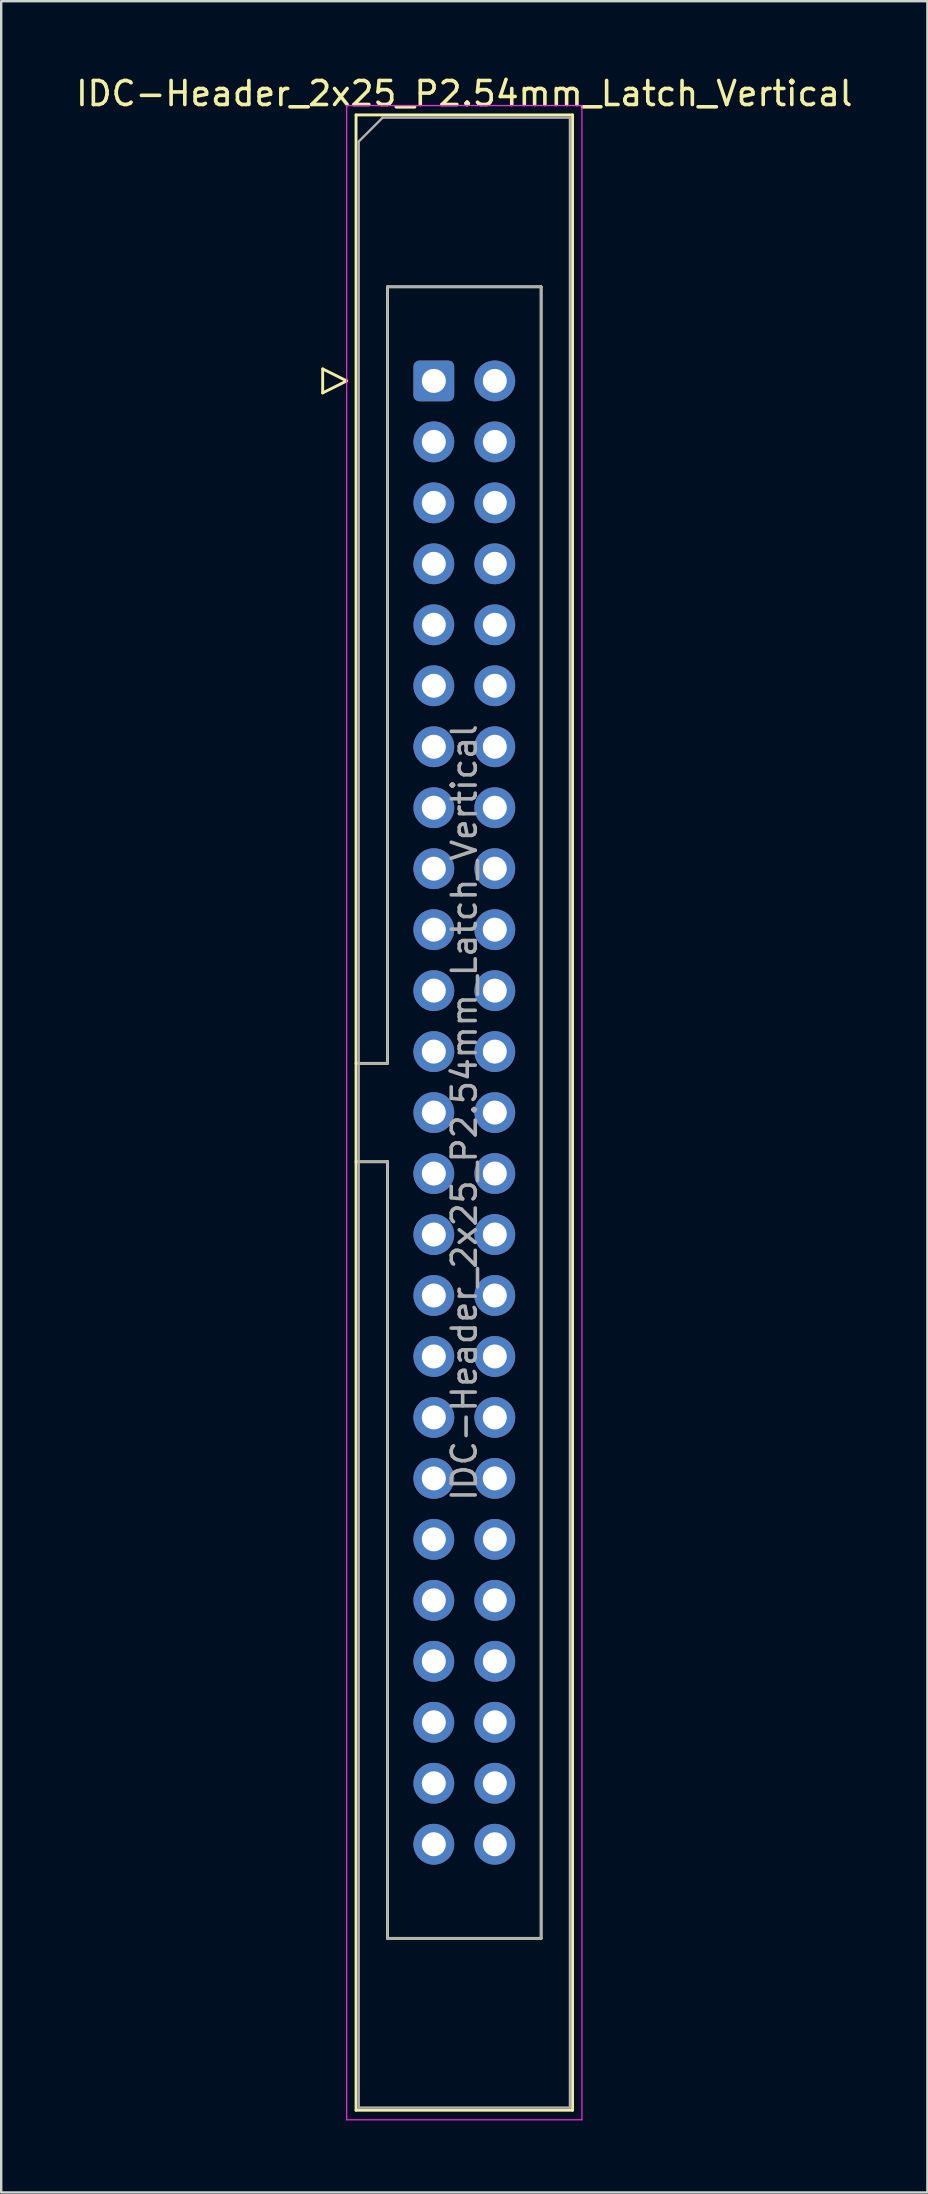
<source format=kicad_pcb>
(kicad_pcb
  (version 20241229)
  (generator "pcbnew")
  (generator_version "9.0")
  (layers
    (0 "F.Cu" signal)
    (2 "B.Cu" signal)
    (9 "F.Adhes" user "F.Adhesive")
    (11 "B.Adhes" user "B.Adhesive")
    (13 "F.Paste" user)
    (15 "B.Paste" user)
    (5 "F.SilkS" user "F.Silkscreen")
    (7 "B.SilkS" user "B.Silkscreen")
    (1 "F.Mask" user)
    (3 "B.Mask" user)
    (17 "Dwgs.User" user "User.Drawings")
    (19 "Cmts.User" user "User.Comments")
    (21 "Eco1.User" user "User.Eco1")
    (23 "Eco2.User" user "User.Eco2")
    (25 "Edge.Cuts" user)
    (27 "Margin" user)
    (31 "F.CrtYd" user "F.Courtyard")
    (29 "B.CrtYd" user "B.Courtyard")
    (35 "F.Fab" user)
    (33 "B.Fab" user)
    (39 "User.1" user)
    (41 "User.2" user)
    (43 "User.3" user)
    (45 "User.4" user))
  (footprint "IDC-Header_2x25_P2.54mm_Latch_Vertical"
    (layer "F.Cu")
    (at 15.022 12.818)
    (property "Reference" "IDC-Header_2x25_P2.54mm_Latch_Vertical" (at 1.27 -11.97 0) (layer "F.SilkS") (effects (font (size 1 1) (thickness 0.15))))
    (attr through_hole)
    (fp_line (start -4.63 -0.5) (end -4.63 0.5) (stroke (width 0.12) (type solid)) (layer "F.SilkS"))
    (fp_line (start -4.63 0.5) (end -3.63 0) (stroke (width 0.12) (type solid)) (layer "F.SilkS"))
    (fp_line (start -3.63 0) (end -4.63 -0.5) (stroke (width 0.12) (type solid)) (layer "F.SilkS"))
    (fp_line (start -3.24 -11.08) (end 5.78 -11.08) (stroke (width 0.12) (type solid)) (layer "F.SilkS"))
    (fp_line (start -3.24 28.43) (end -1.93 28.43) (stroke (width 0.12) (type solid)) (layer "F.SilkS"))
    (fp_line (start -3.24 72.04) (end -3.24 -11.08) (stroke (width 0.12) (type solid)) (layer "F.SilkS"))
    (fp_line (start -1.93 -3.92) (end 4.47 -3.92) (stroke (width 0.12) (type solid)) (layer "F.SilkS"))
    (fp_line (start -1.93 28.43) (end -1.93 -3.92) (stroke (width 0.12) (type solid)) (layer "F.SilkS"))
    (fp_line (start -1.93 32.53) (end -3.24 32.53) (stroke (width 0.12) (type solid)) (layer "F.SilkS"))
    (fp_line (start -1.93 32.53) (end -1.93 32.53) (stroke (width 0.12) (type solid)) (layer "F.SilkS"))
    (fp_line (start -1.93 64.88) (end -1.93 32.53) (stroke (width 0.12) (type solid)) (layer "F.SilkS"))
    (fp_line (start 4.47 -3.92) (end 4.47 64.88) (stroke (width 0.12) (type solid)) (layer "F.SilkS"))
    (fp_line (start 4.47 64.88) (end -1.93 64.88) (stroke (width 0.12) (type solid)) (layer "F.SilkS"))
    (fp_line (start 5.78 -11.08) (end 5.78 72.04) (stroke (width 0.12) (type solid)) (layer "F.SilkS"))
    (fp_line (start 5.78 72.04) (end -3.24 72.04) (stroke (width 0.12) (type solid)) (layer "F.SilkS"))
    (fp_line (start -3.63 -11.47) (end -3.63 72.44) (stroke (width 0.05) (type solid)) (layer "F.CrtYd"))
    (fp_line (start -3.63 72.44) (end 6.17 72.44) (stroke (width 0.05) (type solid)) (layer "F.CrtYd"))
    (fp_line (start 6.17 -11.47) (end -3.63 -11.47) (stroke (width 0.05) (type solid)) (layer "F.CrtYd"))
    (fp_line (start 6.17 72.44) (end 6.17 -11.47) (stroke (width 0.05) (type solid)) (layer "F.CrtYd"))
    (fp_line (start -3.13 -9.97) (end -2.13 -10.97) (stroke (width 0.1) (type solid)) (layer "F.Fab"))
    (fp_line (start -3.13 28.43) (end -1.93 28.43) (stroke (width 0.1) (type solid)) (layer "F.Fab"))
    (fp_line (start -3.13 71.93) (end -3.13 -9.97) (stroke (width 0.1) (type solid)) (layer "F.Fab"))
    (fp_line (start -2.13 -10.97) (end 5.67 -10.97) (stroke (width 0.1) (type solid)) (layer "F.Fab"))
    (fp_line (start -1.93 -3.92) (end 4.47 -3.92) (stroke (width 0.1) (type solid)) (layer "F.Fab"))
    (fp_line (start -1.93 28.43) (end -1.93 -3.92) (stroke (width 0.1) (type solid)) (layer "F.Fab"))
    (fp_line (start -1.93 32.53) (end -3.13 32.53) (stroke (width 0.1) (type solid)) (layer "F.Fab"))
    (fp_line (start -1.93 32.53) (end -1.93 32.53) (stroke (width 0.1) (type solid)) (layer "F.Fab"))
    (fp_line (start -1.93 64.88) (end -1.93 32.53) (stroke (width 0.1) (type solid)) (layer "F.Fab"))
    (fp_line (start 4.47 -3.92) (end 4.47 64.88) (stroke (width 0.1) (type solid)) (layer "F.Fab"))
    (fp_line (start 4.47 64.88) (end -1.93 64.88) (stroke (width 0.1) (type solid)) (layer "F.Fab"))
    (fp_line (start 5.67 -10.97) (end 5.67 71.93) (stroke (width 0.1) (type solid)) (layer "F.Fab"))
    (fp_line (start 5.67 71.93) (end -3.13 71.93) (stroke (width 0.1) (type solid)) (layer "F.Fab"))
    (fp_text user "${REFERENCE}" (at 1.27 30.48 90) (layer "F.Fab") (effects (font (size 1 1) (thickness 0.15))))
    (pad "1" thru_hole roundrect (at 0 0) (size 1.7 1.7) (drill 1) (layers "*.Cu" "*.Mask") (roundrect_rratio 0.147))
    (pad "2" thru_hole circle (at 2.54 0) (size 1.7 1.7) (drill 1) (layers "*.Cu" "*.Mask"))
    (pad "3" thru_hole circle (at 0 2.54) (size 1.7 1.7) (drill 1) (layers "*.Cu" "*.Mask"))
    (pad "4" thru_hole circle (at 2.54 2.54) (size 1.7 1.7) (drill 1) (layers "*.Cu" "*.Mask"))
    (pad "5" thru_hole circle (at 0 5.08) (size 1.7 1.7) (drill 1) (layers "*.Cu" "*.Mask"))
    (pad "6" thru_hole circle (at 2.54 5.08) (size 1.7 1.7) (drill 1) (layers "*.Cu" "*.Mask"))
    (pad "7" thru_hole circle (at 0 7.62) (size 1.7 1.7) (drill 1) (layers "*.Cu" "*.Mask"))
    (pad "8" thru_hole circle (at 2.54 7.62) (size 1.7 1.7) (drill 1) (layers "*.Cu" "*.Mask"))
    (pad "9" thru_hole circle (at 0 10.16) (size 1.7 1.7) (drill 1) (layers "*.Cu" "*.Mask"))
    (pad "10" thru_hole circle (at 2.54 10.16) (size 1.7 1.7) (drill 1) (layers "*.Cu" "*.Mask"))
    (pad "11" thru_hole circle (at 0 12.7) (size 1.7 1.7) (drill 1) (layers "*.Cu" "*.Mask"))
    (pad "12" thru_hole circle (at 2.54 12.7) (size 1.7 1.7) (drill 1) (layers "*.Cu" "*.Mask"))
    (pad "13" thru_hole circle (at 0 15.24) (size 1.7 1.7) (drill 1) (layers "*.Cu" "*.Mask"))
    (pad "14" thru_hole circle (at 2.54 15.24) (size 1.7 1.7) (drill 1) (layers "*.Cu" "*.Mask"))
    (pad "15" thru_hole circle (at 0 17.78) (size 1.7 1.7) (drill 1) (layers "*.Cu" "*.Mask"))
    (pad "16" thru_hole circle (at 2.54 17.78) (size 1.7 1.7) (drill 1) (layers "*.Cu" "*.Mask"))
    (pad "17" thru_hole circle (at 0 20.32) (size 1.7 1.7) (drill 1) (layers "*.Cu" "*.Mask"))
    (pad "18" thru_hole circle (at 2.54 20.32) (size 1.7 1.7) (drill 1) (layers "*.Cu" "*.Mask"))
    (pad "19" thru_hole circle (at 0 22.86) (size 1.7 1.7) (drill 1) (layers "*.Cu" "*.Mask"))
    (pad "20" thru_hole circle (at 2.54 22.86) (size 1.7 1.7) (drill 1) (layers "*.Cu" "*.Mask"))
    (pad "21" thru_hole circle (at 0 25.4) (size 1.7 1.7) (drill 1) (layers "*.Cu" "*.Mask"))
    (pad "22" thru_hole circle (at 2.54 25.4) (size 1.7 1.7) (drill 1) (layers "*.Cu" "*.Mask"))
    (pad "23" thru_hole circle (at 0 27.94) (size 1.7 1.7) (drill 1) (layers "*.Cu" "*.Mask"))
    (pad "24" thru_hole circle (at 2.54 27.94) (size 1.7 1.7) (drill 1) (layers "*.Cu" "*.Mask"))
    (pad "25" thru_hole circle (at 0 30.48) (size 1.7 1.7) (drill 1) (layers "*.Cu" "*.Mask"))
    (pad "26" thru_hole circle (at 2.54 30.48) (size 1.7 1.7) (drill 1) (layers "*.Cu" "*.Mask"))
    (pad "27" thru_hole circle (at 0 33.02) (size 1.7 1.7) (drill 1) (layers "*.Cu" "*.Mask"))
    (pad "28" thru_hole circle (at 2.54 33.02) (size 1.7 1.7) (drill 1) (layers "*.Cu" "*.Mask"))
    (pad "29" thru_hole circle (at 0 35.56) (size 1.7 1.7) (drill 1) (layers "*.Cu" "*.Mask"))
    (pad "30" thru_hole circle (at 2.54 35.56) (size 1.7 1.7) (drill 1) (layers "*.Cu" "*.Mask"))
    (pad "31" thru_hole circle (at 0 38.1) (size 1.7 1.7) (drill 1) (layers "*.Cu" "*.Mask"))
    (pad "32" thru_hole circle (at 2.54 38.1) (size 1.7 1.7) (drill 1) (layers "*.Cu" "*.Mask"))
    (pad "33" thru_hole circle (at 0 40.64) (size 1.7 1.7) (drill 1) (layers "*.Cu" "*.Mask"))
    (pad "34" thru_hole circle (at 2.54 40.64) (size 1.7 1.7) (drill 1) (layers "*.Cu" "*.Mask"))
    (pad "35" thru_hole circle (at 0 43.18) (size 1.7 1.7) (drill 1) (layers "*.Cu" "*.Mask"))
    (pad "36" thru_hole circle (at 2.54 43.18) (size 1.7 1.7) (drill 1) (layers "*.Cu" "*.Mask"))
    (pad "37" thru_hole circle (at 0 45.72) (size 1.7 1.7) (drill 1) (layers "*.Cu" "*.Mask"))
    (pad "38" thru_hole circle (at 2.54 45.72) (size 1.7 1.7) (drill 1) (layers "*.Cu" "*.Mask"))
    (pad "39" thru_hole circle (at 0 48.26) (size 1.7 1.7) (drill 1) (layers "*.Cu" "*.Mask"))
    (pad "40" thru_hole circle (at 2.54 48.26) (size 1.7 1.7) (drill 1) (layers "*.Cu" "*.Mask"))
    (pad "41" thru_hole circle (at 0 50.8) (size 1.7 1.7) (drill 1) (layers "*.Cu" "*.Mask"))
    (pad "42" thru_hole circle (at 2.54 50.8) (size 1.7 1.7) (drill 1) (layers "*.Cu" "*.Mask"))
    (pad "43" thru_hole circle (at 0 53.34) (size 1.7 1.7) (drill 1) (layers "*.Cu" "*.Mask"))
    (pad "44" thru_hole circle (at 2.54 53.34) (size 1.7 1.7) (drill 1) (layers "*.Cu" "*.Mask"))
    (pad "45" thru_hole circle (at 0 55.88) (size 1.7 1.7) (drill 1) (layers "*.Cu" "*.Mask"))
    (pad "46" thru_hole circle (at 2.54 55.88) (size 1.7 1.7) (drill 1) (layers "*.Cu" "*.Mask"))
    (pad "47" thru_hole circle (at 0 58.42) (size 1.7 1.7) (drill 1) (layers "*.Cu" "*.Mask"))
    (pad "48" thru_hole circle (at 2.54 58.42) (size 1.7 1.7) (drill 1) (layers "*.Cu" "*.Mask"))
    (pad "49" thru_hole circle (at 0 60.96) (size 1.7 1.7) (drill 1) (layers "*.Cu" "*.Mask"))
    (pad "50" thru_hole circle (at 2.54 60.96) (size 1.7 1.7) (drill 1) (layers "*.Cu" "*.Mask")))
  (gr_rect
    (start -3 -3)
    (end 35.583 88.283)
    (stroke (width 0.1) (type default))
    (fill no)
    (layer "Edge.Cuts")))
</source>
